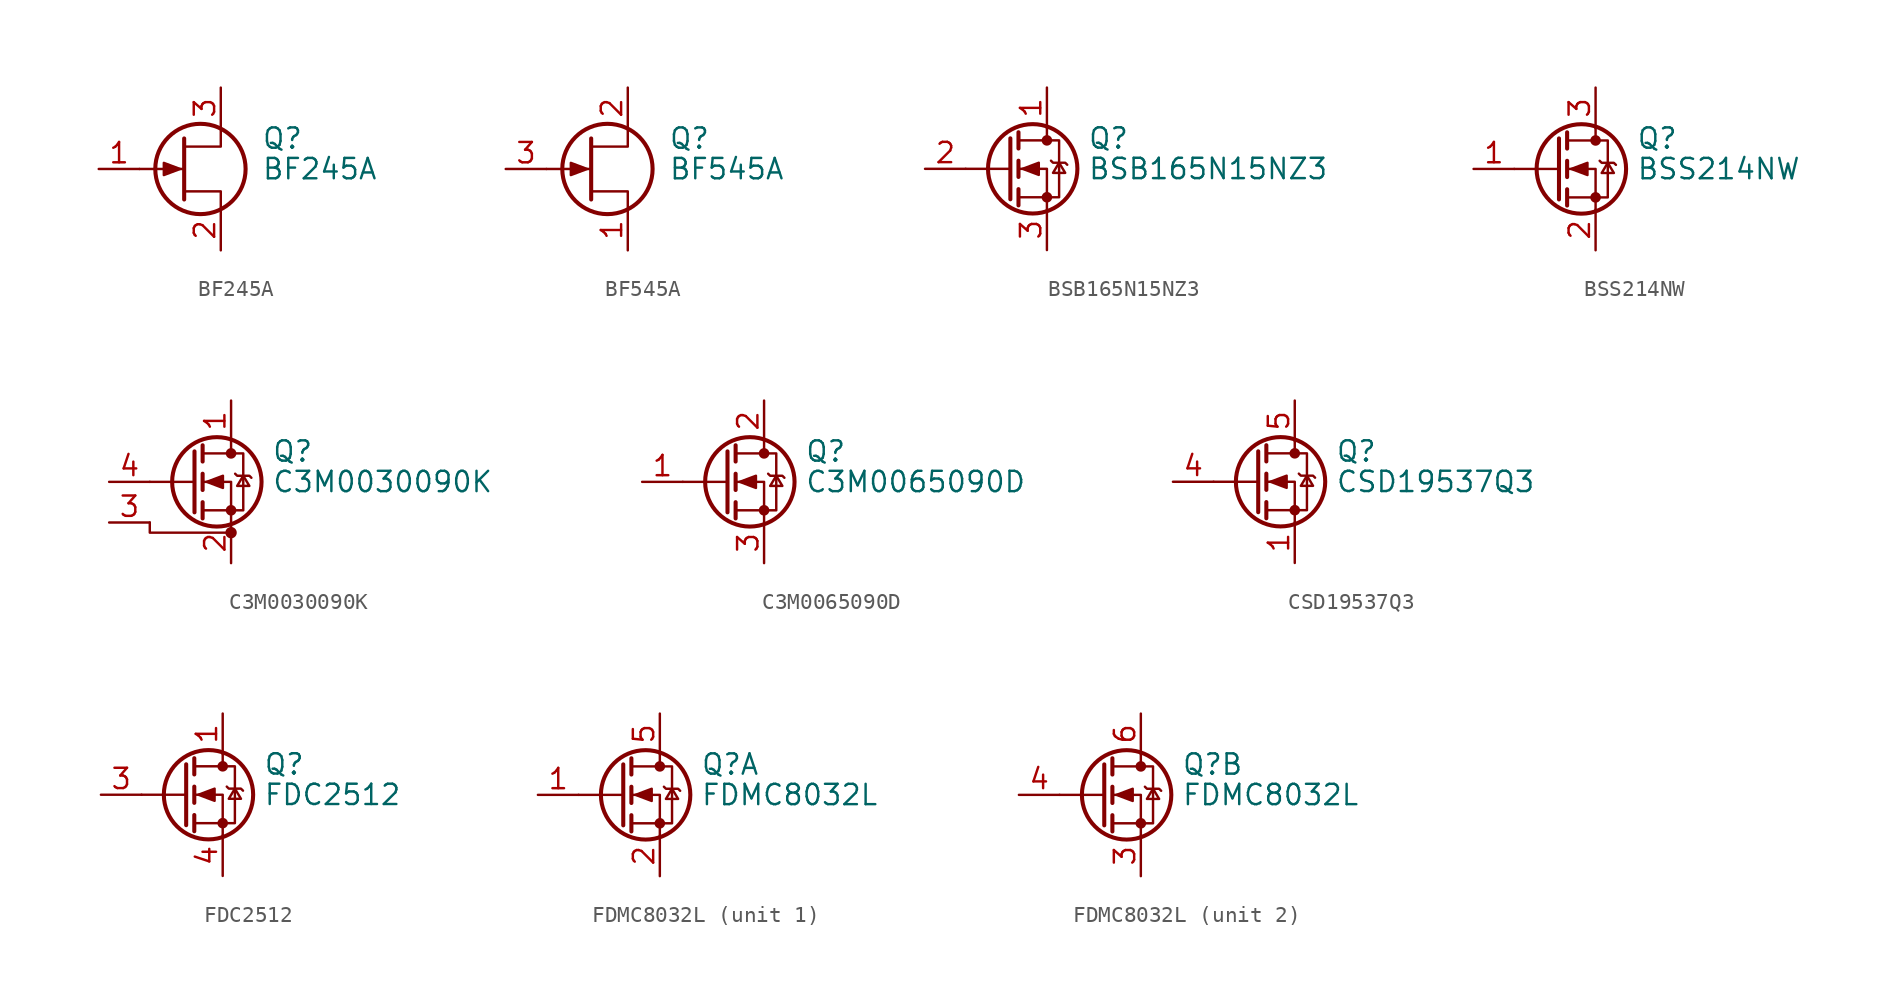
<source format=kicad_sym>
(kicad_symbol_lib
  (version 20211014)
  (generator kicad_symbol_editor)
  (symbol "BF245A"
    (pin_names hide)
    (property "Reference" "Q"
      (at 5.08 1.905 0)
      (effects (font (size 1.27 1.27)) (justify left)))
    (property "Value" "BF245A"
      (at 5.08 0 0)
      (effects (font (size 1.27 1.27)) (justify left)))
    (symbol "BF245A_0_1"
      (polyline (pts (xy 0.254 0) (xy -2.54 0)) (stroke (width 0) (type default) (color 0 0 0 0)) (fill (type none)))
      (polyline (pts (xy 0.254 1.905) (xy 0.254 -1.905)) (stroke (width 0.254) (type default) (color 0 0 0 0)) (fill (type none)))
      (polyline (pts (xy 2.54 -2.54) (xy 2.54 -1.397) (xy 0.254 -1.397)) (stroke (width 0) (type default) (color 0 0 0 0)) (fill (type none)))
      (polyline (pts (xy 2.54 2.54) (xy 2.54 1.397) (xy 0.254 1.397)) (stroke (width 0) (type default) (color 0 0 0 0)) (fill (type none)))
      (polyline (pts (xy 0 0) (xy -1.016 0.381) (xy -1.016 -0.381) (xy 0 0)) (stroke (width 0) (type default) (color 0 0 0 0)) (fill (type outline)))
      (circle (center 1.27 0) (radius 2.819) (stroke (width 0.254) (type default) (color 0 0 0 0)) (fill (type none))))
    (symbol "BF245A_1_1"
      (pin input line (at -5.08 0 0) (length 2.54) (name "G" (effects (font (size 1.27 1.27)))) (number "1" (effects (font (size 1.27 1.27)))))
      (pin passive line (at 2.54 -5.08 90) (length 2.54) (name "S" (effects (font (size 1.27 1.27)))) (number "2" (effects (font (size 1.27 1.27)))))
      (pin passive line (at 2.54 5.08 270) (length 2.54) (name "D" (effects (font (size 1.27 1.27)))) (number "3" (effects (font (size 1.27 1.27)))))))
  (symbol "BF545A"
    (pin_names hide)
    (property "Reference" "Q"
      (at 5.08 1.905 0)
      (effects (font (size 1.27 1.27)) (justify left)))
    (property "Value" "BF545A"
      (at 5.08 0 0)
      (effects (font (size 1.27 1.27)) (justify left)))
    (symbol "BF545A_0_1"
      (polyline (pts (xy 0.254 0) (xy -2.54 0)) (stroke (width 0) (type default) (color 0 0 0 0)) (fill (type none)))
      (polyline (pts (xy 0.254 1.905) (xy 0.254 -1.905)) (stroke (width 0.254) (type default) (color 0 0 0 0)) (fill (type none)))
      (polyline (pts (xy 2.54 -2.54) (xy 2.54 -1.397) (xy 0.254 -1.397)) (stroke (width 0) (type default) (color 0 0 0 0)) (fill (type none)))
      (polyline (pts (xy 2.54 2.54) (xy 2.54 1.397) (xy 0.254 1.397)) (stroke (width 0) (type default) (color 0 0 0 0)) (fill (type none)))
      (polyline (pts (xy 0 0) (xy -1.016 0.381) (xy -1.016 -0.381) (xy 0 0)) (stroke (width 0) (type default) (color 0 0 0 0)) (fill (type outline)))
      (circle (center 1.27 0) (radius 2.819) (stroke (width 0.254) (type default) (color 0 0 0 0)) (fill (type none))))
    (symbol "BF545A_1_1"
      (pin passive line (at 2.54 -5.08 90) (length 2.54) (name "S" (effects (font (size 1.27 1.27)))) (number "1" (effects (font (size 1.27 1.27)))))
      (pin passive line (at 2.54 5.08 270) (length 2.54) (name "D" (effects (font (size 1.27 1.27)))) (number "2" (effects (font (size 1.27 1.27)))))
      (pin input line (at -5.08 0 0) (length 2.54) (name "G" (effects (font (size 1.27 1.27)))) (number "3" (effects (font (size 1.27 1.27)))))))
  (symbol "BSB165N15NZ3"
    (pin_names hide)
    (property "Reference" "Q"
      (at 5.08 1.905 0)
      (effects (font (size 1.27 1.27)) (justify left)))
    (property "Value" "BSB165N15NZ3"
      (at 5.08 0 0)
      (effects (font (size 1.27 1.27)) (justify left)))
    (symbol "BSB165N15NZ3_0_1"
      (polyline (pts (xy 0.254 0) (xy -2.54 0)) (stroke (width 0) (type default) (color 0 0 0 0)) (fill (type none)))
      (polyline (pts (xy 0.254 1.905) (xy 0.254 -1.905)) (stroke (width 0.254) (type default) (color 0 0 0 0)) (fill (type none)))
      (polyline (pts (xy 0.762 -1.27) (xy 0.762 -2.286)) (stroke (width 0.254) (type default) (color 0 0 0 0)) (fill (type none)))
      (polyline (pts (xy 0.762 0.508) (xy 0.762 -0.508)) (stroke (width 0.254) (type default) (color 0 0 0 0)) (fill (type none)))
      (polyline (pts (xy 0.762 2.286) (xy 0.762 1.27)) (stroke (width 0.254) (type default) (color 0 0 0 0)) (fill (type none)))
      (polyline (pts (xy 2.54 2.54) (xy 2.54 1.778)) (stroke (width 0) (type default) (color 0 0 0 0)) (fill (type none)))
      (polyline (pts (xy 2.54 -2.54) (xy 2.54 0) (xy 0.762 0)) (stroke (width 0) (type default) (color 0 0 0 0)) (fill (type none)))
      (polyline (pts (xy 0.762 -1.778) (xy 3.302 -1.778) (xy 3.302 1.778) (xy 0.762 1.778)) (stroke (width 0) (type default) (color 0 0 0 0)) (fill (type none)))
      (polyline (pts (xy 1.016 0) (xy 2.032 0.381) (xy 2.032 -0.381) (xy 1.016 0)) (stroke (width 0) (type default) (color 0 0 0 0)) (fill (type outline)))
      (polyline (pts (xy 2.794 0.508) (xy 2.921 0.381) (xy 3.683 0.381) (xy 3.81 0.254)) (stroke (width 0) (type default) (color 0 0 0 0)) (fill (type none)))
      (polyline (pts (xy 3.302 0.381) (xy 2.921 -0.254) (xy 3.683 -0.254) (xy 3.302 0.381)) (stroke (width 0) (type default) (color 0 0 0 0)) (fill (type none)))
      (circle (center 1.651 0) (radius 2.794) (stroke (width 0.254) (type default) (color 0 0 0 0)) (fill (type none)))
      (circle (center 2.54 -1.778) (radius 0.254) (stroke (width 0) (type default) (color 0 0 0 0)) (fill (type outline)))
      (circle (center 2.54 1.778) (radius 0.254) (stroke (width 0) (type default) (color 0 0 0 0)) (fill (type outline))))
    (symbol "BSB165N15NZ3_1_1"
      (pin passive line (at 2.54 5.08 270) (length 2.54) (name "D" (effects (font (size 1.27 1.27)))) (number "1" (effects (font (size 1.27 1.27)))))
      (pin input line (at -5.08 0 0) (length 2.54) (name "G" (effects (font (size 1.27 1.27)))) (number "2" (effects (font (size 1.27 1.27)))))
      (pin passive line (at 2.54 -5.08 90) (length 2.54) (name "S" (effects (font (size 1.27 1.27)))) (number "3" (effects (font (size 1.27 1.27)))))))
  (symbol "BSS214NW"
    (pin_names hide)
    (property "Reference" "Q"
      (at 5.08 1.905 0)
      (effects (font (size 1.27 1.27)) (justify left)))
    (property "Value" "BSS214NW"
      (at 5.08 0 0)
      (effects (font (size 1.27 1.27)) (justify left)))
    (symbol "BSS214NW_0_1"
      (polyline (pts (xy 0.254 0) (xy -2.54 0)) (stroke (width 0) (type default) (color 0 0 0 0)) (fill (type none)))
      (polyline (pts (xy 0.254 1.905) (xy 0.254 -1.905)) (stroke (width 0.254) (type default) (color 0 0 0 0)) (fill (type none)))
      (polyline (pts (xy 0.762 -1.27) (xy 0.762 -2.286)) (stroke (width 0.254) (type default) (color 0 0 0 0)) (fill (type none)))
      (polyline (pts (xy 0.762 0.508) (xy 0.762 -0.508)) (stroke (width 0.254) (type default) (color 0 0 0 0)) (fill (type none)))
      (polyline (pts (xy 0.762 2.286) (xy 0.762 1.27)) (stroke (width 0.254) (type default) (color 0 0 0 0)) (fill (type none)))
      (polyline (pts (xy 2.54 2.54) (xy 2.54 1.778)) (stroke (width 0) (type default) (color 0 0 0 0)) (fill (type none)))
      (polyline (pts (xy 2.54 -2.54) (xy 2.54 0) (xy 0.762 0)) (stroke (width 0) (type default) (color 0 0 0 0)) (fill (type none)))
      (polyline (pts (xy 0.762 -1.778) (xy 3.302 -1.778) (xy 3.302 1.778) (xy 0.762 1.778)) (stroke (width 0) (type default) (color 0 0 0 0)) (fill (type none)))
      (polyline (pts (xy 1.016 0) (xy 2.032 0.381) (xy 2.032 -0.381) (xy 1.016 0)) (stroke (width 0) (type default) (color 0 0 0 0)) (fill (type outline)))
      (polyline (pts (xy 2.794 0.508) (xy 2.921 0.381) (xy 3.683 0.381) (xy 3.81 0.254)) (stroke (width 0) (type default) (color 0 0 0 0)) (fill (type none)))
      (polyline (pts (xy 3.302 0.381) (xy 2.921 -0.254) (xy 3.683 -0.254) (xy 3.302 0.381)) (stroke (width 0) (type default) (color 0 0 0 0)) (fill (type none)))
      (circle (center 1.651 0) (radius 2.794) (stroke (width 0.254) (type default) (color 0 0 0 0)) (fill (type none)))
      (circle (center 2.54 -1.778) (radius 0.254) (stroke (width 0) (type default) (color 0 0 0 0)) (fill (type outline)))
      (circle (center 2.54 1.778) (radius 0.254) (stroke (width 0) (type default) (color 0 0 0 0)) (fill (type outline))))
    (symbol "BSS214NW_1_1"
      (pin input line (at -5.08 0 0) (length 2.54) (name "G" (effects (font (size 1.27 1.27)))) (number "1" (effects (font (size 1.27 1.27)))))
      (pin passive line (at 2.54 -5.08 90) (length 2.54) (name "S" (effects (font (size 1.27 1.27)))) (number "2" (effects (font (size 1.27 1.27)))))
      (pin passive line (at 2.54 5.08 270) (length 2.54) (name "D" (effects (font (size 1.27 1.27)))) (number "3" (effects (font (size 1.27 1.27)))))))
  (symbol "C3M0030090K"
    (pin_names hide)
    (property "Reference" "Q"
      (at 5.08 1.905 0)
      (effects (font (size 1.27 1.27)) (justify left)))
    (property "Value" "C3M0030090K"
      (at 5.08 0 0)
      (effects (font (size 1.27 1.27)) (justify left)))
    (symbol "C3M0030090K_0_1"
      (polyline (pts (xy 0.254 0) (xy -2.54 0)) (stroke (width 0) (type default) (color 0 0 0 0)) (fill (type none)))
      (polyline (pts (xy 0.254 1.905) (xy 0.254 -1.905)) (stroke (width 0.254) (type default) (color 0 0 0 0)) (fill (type none)))
      (polyline (pts (xy 0.762 -1.27) (xy 0.762 -2.286)) (stroke (width 0.254) (type default) (color 0 0 0 0)) (fill (type none)))
      (polyline (pts (xy 0.762 0.508) (xy 0.762 -0.508)) (stroke (width 0.254) (type default) (color 0 0 0 0)) (fill (type none)))
      (polyline (pts (xy 0.762 2.286) (xy 0.762 1.27)) (stroke (width 0.254) (type default) (color 0 0 0 0)) (fill (type none)))
      (polyline (pts (xy 2.54 2.54) (xy 2.54 1.778)) (stroke (width 0) (type default) (color 0 0 0 0)) (fill (type none)))
      (polyline (pts (xy -2.54 -2.54) (xy -2.54 -3.175) (xy 2.54 -3.175)) (stroke (width 0) (type default) (color 0 0 0 0)) (fill (type none)))
      (polyline (pts (xy 2.54 -2.54) (xy 2.54 0) (xy 0.762 0)) (stroke (width 0) (type default) (color 0 0 0 0)) (fill (type none)))
      (polyline (pts (xy 0.762 -1.778) (xy 3.302 -1.778) (xy 3.302 1.778) (xy 0.762 1.778)) (stroke (width 0) (type default) (color 0 0 0 0)) (fill (type none)))
      (polyline (pts (xy 1.016 0) (xy 2.032 0.381) (xy 2.032 -0.381) (xy 1.016 0)) (stroke (width 0) (type default) (color 0 0 0 0)) (fill (type outline)))
      (polyline (pts (xy 2.794 0.508) (xy 2.921 0.381) (xy 3.683 0.381) (xy 3.81 0.254)) (stroke (width 0) (type default) (color 0 0 0 0)) (fill (type none)))
      (polyline (pts (xy 3.302 0.381) (xy 2.921 -0.254) (xy 3.683 -0.254) (xy 3.302 0.381)) (stroke (width 0) (type default) (color 0 0 0 0)) (fill (type none)))
      (circle (center 1.651 0) (radius 2.794) (stroke (width 0.254) (type default) (color 0 0 0 0)) (fill (type none)))
      (circle (center 2.54 -3.175) (radius 0.279) (stroke (width 0) (type default) (color 0 0 0 0)) (fill (type outline)))
      (circle (center 2.54 -1.778) (radius 0.254) (stroke (width 0) (type default) (color 0 0 0 0)) (fill (type outline)))
      (circle (center 2.54 1.778) (radius 0.254) (stroke (width 0) (type default) (color 0 0 0 0)) (fill (type outline))))
    (symbol "C3M0030090K_1_1"
      (pin passive line (at 2.54 5.08 270) (length 2.54) (name "D" (effects (font (size 1.27 1.27)))) (number "1" (effects (font (size 1.27 1.27)))))
      (pin passive line (at 2.54 -5.08 90) (length 2.54) (name "S" (effects (font (size 1.27 1.27)))) (number "2" (effects (font (size 1.27 1.27)))))
      (pin passive line (at -5.08 -2.54 0) (length 2.54) (name "DS" (effects (font (size 1.27 1.27)))) (number "3" (effects (font (size 1.27 1.27)))))
      (pin input line (at -5.08 0 0) (length 2.54) (name "G" (effects (font (size 1.27 1.27)))) (number "4" (effects (font (size 1.27 1.27)))))))
  (symbol "C3M0065090D"
    (pin_names hide)
    (property "Reference" "Q"
      (at 5.08 1.905 0)
      (effects (font (size 1.27 1.27)) (justify left)))
    (property "Value" "C3M0065090D"
      (at 5.08 0 0)
      (effects (font (size 1.27 1.27)) (justify left)))
    (symbol "C3M0065090D_0_1"
      (polyline (pts (xy 0.254 0) (xy -2.54 0)) (stroke (width 0) (type default) (color 0 0 0 0)) (fill (type none)))
      (polyline (pts (xy 0.254 1.905) (xy 0.254 -1.905)) (stroke (width 0.254) (type default) (color 0 0 0 0)) (fill (type none)))
      (polyline (pts (xy 0.762 -1.27) (xy 0.762 -2.286)) (stroke (width 0.254) (type default) (color 0 0 0 0)) (fill (type none)))
      (polyline (pts (xy 0.762 0.508) (xy 0.762 -0.508)) (stroke (width 0.254) (type default) (color 0 0 0 0)) (fill (type none)))
      (polyline (pts (xy 0.762 2.286) (xy 0.762 1.27)) (stroke (width 0.254) (type default) (color 0 0 0 0)) (fill (type none)))
      (polyline (pts (xy 2.54 2.54) (xy 2.54 1.778)) (stroke (width 0) (type default) (color 0 0 0 0)) (fill (type none)))
      (polyline (pts (xy 2.54 -2.54) (xy 2.54 0) (xy 0.762 0)) (stroke (width 0) (type default) (color 0 0 0 0)) (fill (type none)))
      (polyline (pts (xy 0.762 -1.778) (xy 3.302 -1.778) (xy 3.302 1.778) (xy 0.762 1.778)) (stroke (width 0) (type default) (color 0 0 0 0)) (fill (type none)))
      (polyline (pts (xy 1.016 0) (xy 2.032 0.381) (xy 2.032 -0.381) (xy 1.016 0)) (stroke (width 0) (type default) (color 0 0 0 0)) (fill (type outline)))
      (polyline (pts (xy 2.794 0.508) (xy 2.921 0.381) (xy 3.683 0.381) (xy 3.81 0.254)) (stroke (width 0) (type default) (color 0 0 0 0)) (fill (type none)))
      (polyline (pts (xy 3.302 0.381) (xy 2.921 -0.254) (xy 3.683 -0.254) (xy 3.302 0.381)) (stroke (width 0) (type default) (color 0 0 0 0)) (fill (type none)))
      (circle (center 1.651 0) (radius 2.794) (stroke (width 0.254) (type default) (color 0 0 0 0)) (fill (type none)))
      (circle (center 2.54 -1.778) (radius 0.254) (stroke (width 0) (type default) (color 0 0 0 0)) (fill (type outline)))
      (circle (center 2.54 1.778) (radius 0.254) (stroke (width 0) (type default) (color 0 0 0 0)) (fill (type outline))))
    (symbol "C3M0065090D_1_1"
      (pin input line (at -5.08 0 0) (length 2.54) (name "G" (effects (font (size 1.27 1.27)))) (number "1" (effects (font (size 1.27 1.27)))))
      (pin passive line (at 2.54 5.08 270) (length 2.54) (name "D" (effects (font (size 1.27 1.27)))) (number "2" (effects (font (size 1.27 1.27)))))
      (pin passive line (at 2.54 -5.08 90) (length 2.54) (name "S" (effects (font (size 1.27 1.27)))) (number "3" (effects (font (size 1.27 1.27)))))))
  (symbol "CSD19537Q3"
    (pin_names hide)
    (property "Reference" "Q"
      (at 5.08 1.905 0)
      (effects (font (size 1.27 1.27)) (justify left)))
    (property "Value" "CSD19537Q3"
      (at 5.08 0 0)
      (effects (font (size 1.27 1.27)) (justify left)))
    (symbol "CSD19537Q3_0_1"
      (polyline (pts (xy 0.254 0) (xy -2.54 0)) (stroke (width 0) (type default) (color 0 0 0 0)) (fill (type none)))
      (polyline (pts (xy 0.254 1.905) (xy 0.254 -1.905)) (stroke (width 0.254) (type default) (color 0 0 0 0)) (fill (type none)))
      (polyline (pts (xy 0.762 -1.27) (xy 0.762 -2.286)) (stroke (width 0.254) (type default) (color 0 0 0 0)) (fill (type none)))
      (polyline (pts (xy 0.762 0.508) (xy 0.762 -0.508)) (stroke (width 0.254) (type default) (color 0 0 0 0)) (fill (type none)))
      (polyline (pts (xy 0.762 2.286) (xy 0.762 1.27)) (stroke (width 0.254) (type default) (color 0 0 0 0)) (fill (type none)))
      (polyline (pts (xy 2.54 2.54) (xy 2.54 1.778)) (stroke (width 0) (type default) (color 0 0 0 0)) (fill (type none)))
      (polyline (pts (xy 2.54 -2.54) (xy 2.54 0) (xy 0.762 0)) (stroke (width 0) (type default) (color 0 0 0 0)) (fill (type none)))
      (polyline (pts (xy 0.762 -1.778) (xy 3.302 -1.778) (xy 3.302 1.778) (xy 0.762 1.778)) (stroke (width 0) (type default) (color 0 0 0 0)) (fill (type none)))
      (polyline (pts (xy 1.016 0) (xy 2.032 0.381) (xy 2.032 -0.381) (xy 1.016 0)) (stroke (width 0) (type default) (color 0 0 0 0)) (fill (type outline)))
      (polyline (pts (xy 2.794 0.508) (xy 2.921 0.381) (xy 3.683 0.381) (xy 3.81 0.254)) (stroke (width 0) (type default) (color 0 0 0 0)) (fill (type none)))
      (polyline (pts (xy 3.302 0.381) (xy 2.921 -0.254) (xy 3.683 -0.254) (xy 3.302 0.381)) (stroke (width 0) (type default) (color 0 0 0 0)) (fill (type none)))
      (circle (center 1.651 0) (radius 2.794) (stroke (width 0.254) (type default) (color 0 0 0 0)) (fill (type none)))
      (circle (center 2.54 -1.778) (radius 0.254) (stroke (width 0) (type default) (color 0 0 0 0)) (fill (type outline)))
      (circle (center 2.54 1.778) (radius 0.254) (stroke (width 0) (type default) (color 0 0 0 0)) (fill (type outline))))
    (symbol "CSD19537Q3_1_1"
      (pin passive line (at 2.54 -5.08 90) (length 2.54) (name "S" (effects (font (size 1.27 1.27)))) (number "1" (effects (font (size 1.27 1.27)))))
      (pin passive line (at 2.54 -5.08 90) (length 2.54) hide (name "S" (effects (font (size 1.27 1.27)))) (number "2" (effects (font (size 1.27 1.27)))))
      (pin passive line (at 2.54 -5.08 90) (length 2.54) hide (name "S" (effects (font (size 1.27 1.27)))) (number "3" (effects (font (size 1.27 1.27)))))
      (pin passive line (at -5.08 0 0) (length 2.54) (name "G" (effects (font (size 1.27 1.27)))) (number "4" (effects (font (size 1.27 1.27)))))
      (pin passive line (at 2.54 5.08 270) (length 2.54) (name "D" (effects (font (size 1.27 1.27)))) (number "5" (effects (font (size 1.27 1.27)))))))
  (symbol "FDC2512"
    (pin_names hide)
    (property "Reference" "Q"
      (at 5.08 1.905 0)
      (effects (font (size 1.27 1.27)) (justify left)))
    (property "Value" "FDC2512"
      (at 5.08 0 0)
      (effects (font (size 1.27 1.27)) (justify left)))
    (symbol "FDC2512_0_1"
      (polyline (pts (xy 0.254 0) (xy -2.54 0)) (stroke (width 0) (type default) (color 0 0 0 0)) (fill (type none)))
      (polyline (pts (xy 0.254 1.905) (xy 0.254 -1.905)) (stroke (width 0.254) (type default) (color 0 0 0 0)) (fill (type none)))
      (polyline (pts (xy 0.762 -1.27) (xy 0.762 -2.286)) (stroke (width 0.254) (type default) (color 0 0 0 0)) (fill (type none)))
      (polyline (pts (xy 0.762 0.508) (xy 0.762 -0.508)) (stroke (width 0.254) (type default) (color 0 0 0 0)) (fill (type none)))
      (polyline (pts (xy 0.762 2.286) (xy 0.762 1.27)) (stroke (width 0.254) (type default) (color 0 0 0 0)) (fill (type none)))
      (polyline (pts (xy 2.54 2.54) (xy 2.54 1.778)) (stroke (width 0) (type default) (color 0 0 0 0)) (fill (type none)))
      (polyline (pts (xy 2.54 -2.54) (xy 2.54 0) (xy 0.762 0)) (stroke (width 0) (type default) (color 0 0 0 0)) (fill (type none)))
      (polyline (pts (xy 0.762 -1.778) (xy 3.302 -1.778) (xy 3.302 1.778) (xy 0.762 1.778)) (stroke (width 0) (type default) (color 0 0 0 0)) (fill (type none)))
      (polyline (pts (xy 1.016 0) (xy 2.032 0.381) (xy 2.032 -0.381) (xy 1.016 0)) (stroke (width 0) (type default) (color 0 0 0 0)) (fill (type outline)))
      (polyline (pts (xy 2.794 0.508) (xy 2.921 0.381) (xy 3.683 0.381) (xy 3.81 0.254)) (stroke (width 0) (type default) (color 0 0 0 0)) (fill (type none)))
      (polyline (pts (xy 3.302 0.381) (xy 2.921 -0.254) (xy 3.683 -0.254) (xy 3.302 0.381)) (stroke (width 0) (type default) (color 0 0 0 0)) (fill (type none)))
      (circle (center 1.651 0) (radius 2.794) (stroke (width 0.254) (type default) (color 0 0 0 0)) (fill (type none)))
      (circle (center 2.54 -1.778) (radius 0.254) (stroke (width 0) (type default) (color 0 0 0 0)) (fill (type outline)))
      (circle (center 2.54 1.778) (radius 0.254) (stroke (width 0) (type default) (color 0 0 0 0)) (fill (type outline))))
    (symbol "FDC2512_1_1"
      (pin passive line (at 2.54 5.08 270) (length 2.54) (name "D" (effects (font (size 1.27 1.27)))) (number "1" (effects (font (size 1.27 1.27)))))
      (pin passive line (at 2.54 5.08 270) (length 2.54) hide (name "D" (effects (font (size 1.27 1.27)))) (number "2" (effects (font (size 1.27 1.27)))))
      (pin passive line (at -5.08 0 0) (length 2.54) (name "G" (effects (font (size 1.27 1.27)))) (number "3" (effects (font (size 1.27 1.27)))))
      (pin passive line (at 2.54 -5.08 90) (length 2.54) (name "S" (effects (font (size 1.27 1.27)))) (number "4" (effects (font (size 1.27 1.27)))))
      (pin passive line (at 2.54 5.08 270) (length 2.54) hide (name "D" (effects (font (size 1.27 1.27)))) (number "5" (effects (font (size 1.27 1.27)))))
      (pin passive line (at 2.54 5.08 270) (length 2.54) hide (name "D" (effects (font (size 1.27 1.27)))) (number "6" (effects (font (size 1.27 1.27)))))))
  (symbol "FDMC8032L"
    (pin_names hide)
    (property "Reference" "Q"
      (at 5.08 1.905 0)
      (effects (font (size 1.27 1.27)) (justify left)))
    (property "Value" "FDMC8032L"
      (at 5.08 0 0)
      (effects (font (size 1.27 1.27)) (justify left)))
    (symbol "FDMC8032L_0_1"
      (polyline (pts (xy 0.254 0) (xy -2.54 0)) (stroke (width 0) (type default) (color 0 0 0 0)) (fill (type none)))
      (polyline (pts (xy 0.254 1.905) (xy 0.254 -1.905)) (stroke (width 0.254) (type default) (color 0 0 0 0)) (fill (type none)))
      (polyline (pts (xy 0.762 -1.27) (xy 0.762 -2.286)) (stroke (width 0.254) (type default) (color 0 0 0 0)) (fill (type none)))
      (polyline (pts (xy 0.762 0.508) (xy 0.762 -0.508)) (stroke (width 0.254) (type default) (color 0 0 0 0)) (fill (type none)))
      (polyline (pts (xy 0.762 2.286) (xy 0.762 1.27)) (stroke (width 0.254) (type default) (color 0 0 0 0)) (fill (type none)))
      (polyline (pts (xy 2.54 2.54) (xy 2.54 1.778)) (stroke (width 0) (type default) (color 0 0 0 0)) (fill (type none)))
      (polyline (pts (xy 2.54 -2.54) (xy 2.54 0) (xy 0.762 0)) (stroke (width 0) (type default) (color 0 0 0 0)) (fill (type none)))
      (polyline (pts (xy 0.762 -1.778) (xy 3.302 -1.778) (xy 3.302 1.778) (xy 0.762 1.778)) (stroke (width 0) (type default) (color 0 0 0 0)) (fill (type none)))
      (polyline (pts (xy 1.016 0) (xy 2.032 0.381) (xy 2.032 -0.381) (xy 1.016 0)) (stroke (width 0) (type default) (color 0 0 0 0)) (fill (type outline)))
      (polyline (pts (xy 2.794 0.508) (xy 2.921 0.381) (xy 3.683 0.381) (xy 3.81 0.254)) (stroke (width 0) (type default) (color 0 0 0 0)) (fill (type none)))
      (polyline (pts (xy 3.302 0.381) (xy 2.921 -0.254) (xy 3.683 -0.254) (xy 3.302 0.381)) (stroke (width 0) (type default) (color 0 0 0 0)) (fill (type none)))
      (circle (center 1.651 0) (radius 2.794) (stroke (width 0.254) (type default) (color 0 0 0 0)) (fill (type none)))
      (circle (center 2.54 -1.778) (radius 0.254) (stroke (width 0) (type default) (color 0 0 0 0)) (fill (type outline)))
      (circle (center 2.54 1.778) (radius 0.254) (stroke (width 0) (type default) (color 0 0 0 0)) (fill (type outline))))
    (symbol "FDMC8032L_1_1"
      (pin passive line (at -5.08 0 0) (length 2.54) (name "G1" (effects (font (size 1.27 1.27)))) (number "1" (effects (font (size 1.27 1.27)))))
      (pin passive line (at 2.54 -5.08 90) (length 2.54) (name "S1" (effects (font (size 1.27 1.27)))) (number "2" (effects (font (size 1.27 1.27)))))
      (pin passive line (at 2.54 5.08 270) (length 2.54) (name "D1" (effects (font (size 1.27 1.27)))) (number "5" (effects (font (size 1.27 1.27))))))
    (symbol "FDMC8032L_2_1"
      (pin passive line (at 2.54 -5.08 90) (length 2.54) (name "S2" (effects (font (size 1.27 1.27)))) (number "3" (effects (font (size 1.27 1.27)))))
      (pin passive line (at -5.08 0 0) (length 2.54) (name "G2" (effects (font (size 1.27 1.27)))) (number "4" (effects (font (size 1.27 1.27)))))
      (pin passive line (at 2.54 5.08 270) (length 2.54) (name "D2" (effects (font (size 1.27 1.27)))) (number "6" (effects (font (size 1.27 1.27))))))))
</source>
